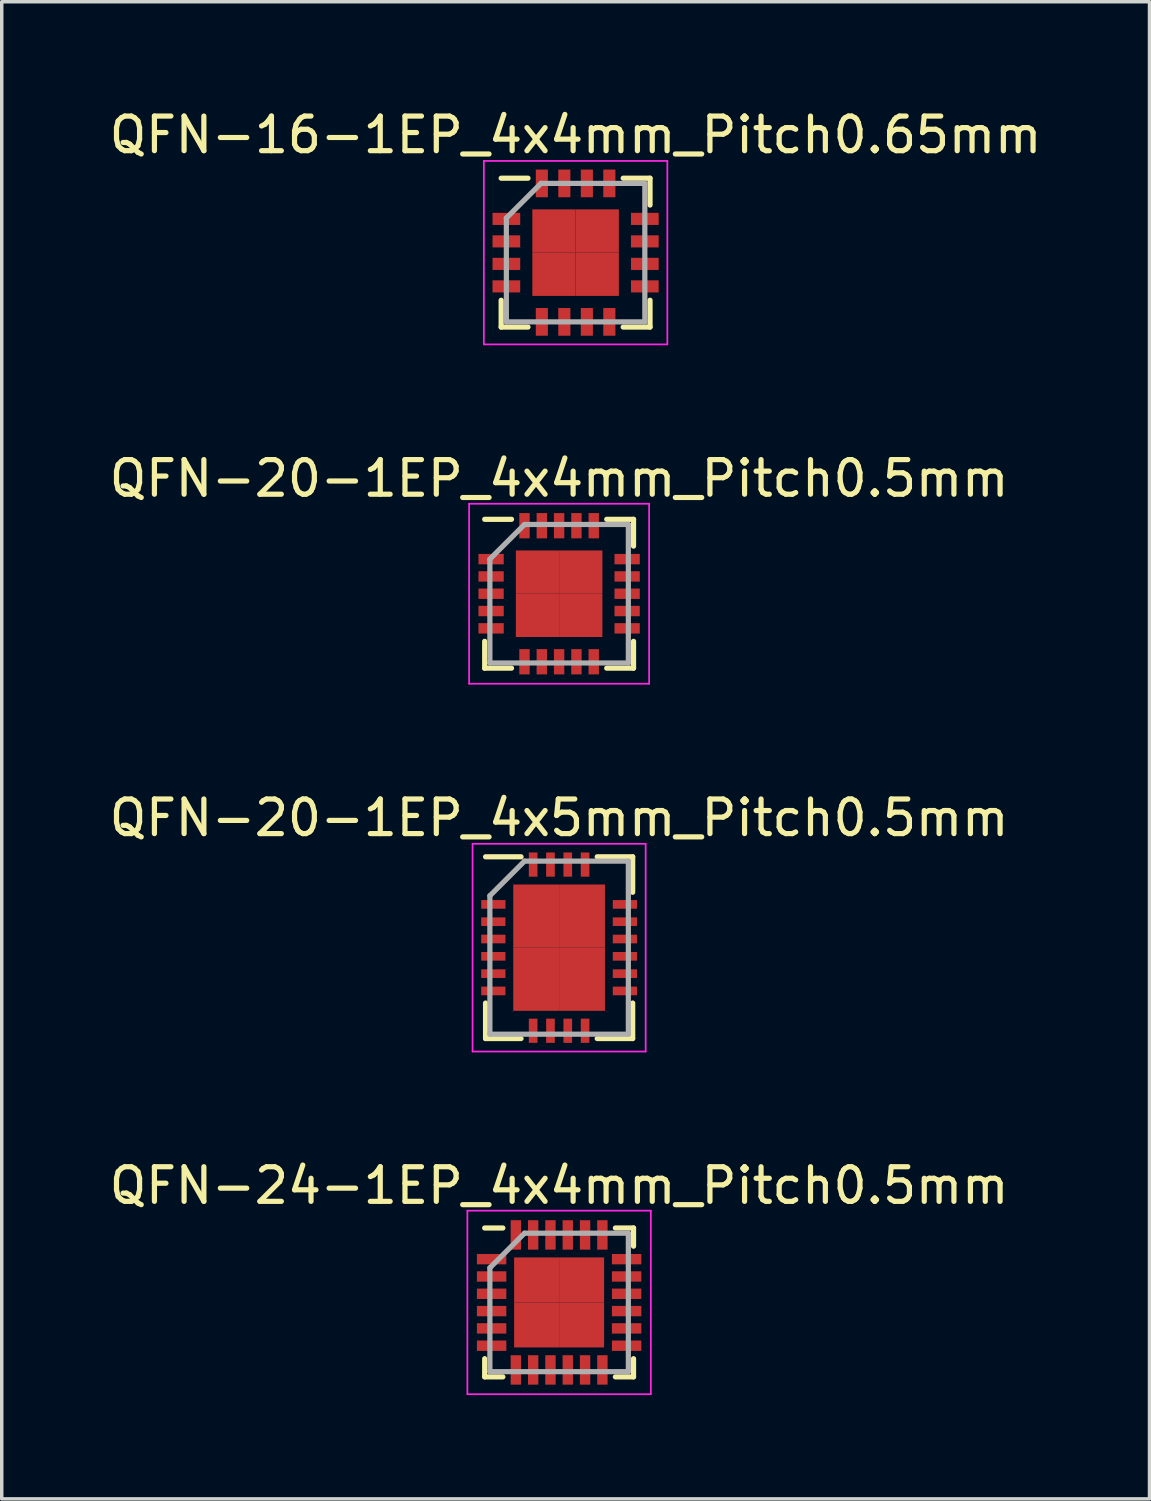
<source format=kicad_pcb>
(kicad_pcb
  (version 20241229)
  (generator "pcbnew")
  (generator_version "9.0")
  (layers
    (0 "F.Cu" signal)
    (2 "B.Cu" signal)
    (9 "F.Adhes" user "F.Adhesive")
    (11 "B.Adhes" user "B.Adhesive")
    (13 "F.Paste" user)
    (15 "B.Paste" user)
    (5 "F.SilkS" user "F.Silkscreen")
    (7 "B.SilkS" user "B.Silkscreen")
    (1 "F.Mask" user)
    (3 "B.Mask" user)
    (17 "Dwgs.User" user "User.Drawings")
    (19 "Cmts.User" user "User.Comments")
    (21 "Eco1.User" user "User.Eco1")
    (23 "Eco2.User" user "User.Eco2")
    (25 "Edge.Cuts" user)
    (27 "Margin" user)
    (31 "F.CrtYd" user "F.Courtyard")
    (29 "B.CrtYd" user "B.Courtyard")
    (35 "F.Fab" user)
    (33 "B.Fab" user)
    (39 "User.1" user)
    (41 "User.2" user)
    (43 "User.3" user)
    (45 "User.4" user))
  (footprint "QFN-24-1EP_4x4mm_Pitch0.5mm"
    (layer "F.Cu")
    (at 13.101 34.573)
    (property "Reference" "QFN-24-1EP_4x4mm_Pitch0.5mm" (at 0 -3.375 0) (layer "F.SilkS") (effects (font (size 1 1) (thickness 0.15))))
    (attr smd)
    (fp_line (start -2.15 -2.15) (end -1.625 -2.15) (stroke (width 0.15) (type solid)) (layer "F.SilkS"))
    (fp_line (start -2.15 2.15) (end -2.15 1.625) (stroke (width 0.15) (type solid)) (layer "F.SilkS"))
    (fp_line (start -2.15 2.15) (end -1.625 2.15) (stroke (width 0.15) (type solid)) (layer "F.SilkS"))
    (fp_line (start 2.15 -2.15) (end 1.625 -2.15) (stroke (width 0.15) (type solid)) (layer "F.SilkS"))
    (fp_line (start 2.15 -2.15) (end 2.15 -1.625) (stroke (width 0.15) (type solid)) (layer "F.SilkS"))
    (fp_line (start 2.15 2.15) (end 1.625 2.15) (stroke (width 0.15) (type solid)) (layer "F.SilkS"))
    (fp_line (start 2.15 2.15) (end 2.15 1.625) (stroke (width 0.15) (type solid)) (layer "F.SilkS"))
    (fp_line (start -2.65 -2.65) (end -2.65 2.65) (stroke (width 0.05) (type solid)) (layer "F.CrtYd"))
    (fp_line (start -2.65 -2.65) (end 2.65 -2.65) (stroke (width 0.05) (type solid)) (layer "F.CrtYd"))
    (fp_line (start -2.65 2.65) (end 2.65 2.65) (stroke (width 0.05) (type solid)) (layer "F.CrtYd"))
    (fp_line (start 2.65 -2.65) (end 2.65 2.65) (stroke (width 0.05) (type solid)) (layer "F.CrtYd"))
    (fp_line (start -2 -1) (end -1 -2) (stroke (width 0.15) (type solid)) (layer "F.Fab"))
    (fp_line (start -2 2) (end -2 -1) (stroke (width 0.15) (type solid)) (layer "F.Fab"))
    (fp_line (start -1 -2) (end 2 -2) (stroke (width 0.15) (type solid)) (layer "F.Fab"))
    (fp_line (start 2 -2) (end 2 2) (stroke (width 0.15) (type solid)) (layer "F.Fab"))
    (fp_line (start 2 2) (end -2 2) (stroke (width 0.15) (type solid)) (layer "F.Fab"))
    (pad "1" smd rect (at -1.95 -1.25) (size 0.85 0.3) (layers "F.Cu" "F.Mask" "F.Paste"))
    (pad "2" smd rect (at -1.95 -0.75) (size 0.85 0.3) (layers "F.Cu" "F.Mask" "F.Paste"))
    (pad "3" smd rect (at -1.95 -0.25) (size 0.85 0.3) (layers "F.Cu" "F.Mask" "F.Paste"))
    (pad "4" smd rect (at -1.95 0.25) (size 0.85 0.3) (layers "F.Cu" "F.Mask" "F.Paste"))
    (pad "5" smd rect (at -1.95 0.75) (size 0.85 0.3) (layers "F.Cu" "F.Mask" "F.Paste"))
    (pad "6" smd rect (at -1.95 1.25) (size 0.85 0.3) (layers "F.Cu" "F.Mask" "F.Paste"))
    (pad "7" smd rect (at -1.25 1.95 90) (size 0.85 0.3) (layers "F.Cu" "F.Mask" "F.Paste"))
    (pad "8" smd rect (at -0.75 1.95 90) (size 0.85 0.3) (layers "F.Cu" "F.Mask" "F.Paste"))
    (pad "9" smd rect (at -0.25 1.95 90) (size 0.85 0.3) (layers "F.Cu" "F.Mask" "F.Paste"))
    (pad "10" smd rect (at 0.25 1.95 90) (size 0.85 0.3) (layers "F.Cu" "F.Mask" "F.Paste"))
    (pad "11" smd rect (at 0.75 1.95 90) (size 0.85 0.3) (layers "F.Cu" "F.Mask" "F.Paste"))
    (pad "12" smd rect (at 1.25 1.95 90) (size 0.85 0.3) (layers "F.Cu" "F.Mask" "F.Paste"))
    (pad "13" smd rect (at 1.95 1.25) (size 0.85 0.3) (layers "F.Cu" "F.Mask" "F.Paste"))
    (pad "14" smd rect (at 1.95 0.75) (size 0.85 0.3) (layers "F.Cu" "F.Mask" "F.Paste"))
    (pad "15" smd rect (at 1.95 0.25) (size 0.85 0.3) (layers "F.Cu" "F.Mask" "F.Paste"))
    (pad "16" smd rect (at 1.95 -0.25) (size 0.85 0.3) (layers "F.Cu" "F.Mask" "F.Paste"))
    (pad "17" smd rect (at 1.95 -0.75) (size 0.85 0.3) (layers "F.Cu" "F.Mask" "F.Paste"))
    (pad "18" smd rect (at 1.95 -1.25) (size 0.85 0.3) (layers "F.Cu" "F.Mask" "F.Paste"))
    (pad "19" smd rect (at 1.25 -1.95 90) (size 0.85 0.3) (layers "F.Cu" "F.Mask" "F.Paste"))
    (pad "20" smd rect (at 0.75 -1.95 90) (size 0.85 0.3) (layers "F.Cu" "F.Mask" "F.Paste"))
    (pad "21" smd rect (at 0.25 -1.95 90) (size 0.85 0.3) (layers "F.Cu" "F.Mask" "F.Paste"))
    (pad "22" smd rect (at -0.25 -1.95 90) (size 0.85 0.3) (layers "F.Cu" "F.Mask" "F.Paste"))
    (pad "23" smd rect (at -0.75 -1.95 90) (size 0.85 0.3) (layers "F.Cu" "F.Mask" "F.Paste"))
    (pad "24" smd rect (at -1.25 -1.95 90) (size 0.85 0.3) (layers "F.Cu" "F.Mask" "F.Paste"))
    (pad "25" smd rect (at -0.65 -0.65) (size 1.3 1.3) (layers "F.Cu" "F.Mask" "F.Paste"))
    (pad "25" smd rect (at -0.65 0.65) (size 1.3 1.3) (layers "F.Cu" "F.Mask" "F.Paste"))
    (pad "25" smd rect (at 0.65 -0.65) (size 1.3 1.3) (layers "F.Cu" "F.Mask" "F.Paste"))
    (pad "25" smd rect (at 0.65 0.65) (size 1.3 1.3) (layers "F.Cu" "F.Mask" "F.Paste")))
  (footprint "QFN-16-1EP_4x4mm_Pitch0.65mm"
    (layer "F.Cu")
    (at 13.577 4.248)
    (property "Reference" "QFN-16-1EP_4x4mm_Pitch0.65mm" (at 0 -3.4 0) (layer "F.SilkS") (effects (font (size 1 1) (thickness 0.15))))
    (attr smd)
    (fp_line (start -2.15 -2.15) (end -1.375 -2.15) (stroke (width 0.15) (type solid)) (layer "F.SilkS"))
    (fp_line (start -2.15 2.15) (end -2.15 1.375) (stroke (width 0.15) (type solid)) (layer "F.SilkS"))
    (fp_line (start -2.15 2.15) (end -1.375 2.15) (stroke (width 0.15) (type solid)) (layer "F.SilkS"))
    (fp_line (start 2.15 -2.15) (end 1.375 -2.15) (stroke (width 0.15) (type solid)) (layer "F.SilkS"))
    (fp_line (start 2.15 -2.15) (end 2.15 -1.375) (stroke (width 0.15) (type solid)) (layer "F.SilkS"))
    (fp_line (start 2.15 2.15) (end 1.375 2.15) (stroke (width 0.15) (type solid)) (layer "F.SilkS"))
    (fp_line (start 2.15 2.15) (end 2.15 1.375) (stroke (width 0.15) (type solid)) (layer "F.SilkS"))
    (fp_line (start -2.65 -2.65) (end -2.65 2.65) (stroke (width 0.05) (type solid)) (layer "F.CrtYd"))
    (fp_line (start -2.65 -2.65) (end 2.65 -2.65) (stroke (width 0.05) (type solid)) (layer "F.CrtYd"))
    (fp_line (start -2.65 2.65) (end 2.65 2.65) (stroke (width 0.05) (type solid)) (layer "F.CrtYd"))
    (fp_line (start 2.65 -2.65) (end 2.65 2.65) (stroke (width 0.05) (type solid)) (layer "F.CrtYd"))
    (fp_line (start -2 -1) (end -1 -2) (stroke (width 0.15) (type solid)) (layer "F.Fab"))
    (fp_line (start -2 2) (end -2 -1) (stroke (width 0.15) (type solid)) (layer "F.Fab"))
    (fp_line (start -1 -2) (end 2 -2) (stroke (width 0.15) (type solid)) (layer "F.Fab"))
    (fp_line (start 2 -2) (end 2 2) (stroke (width 0.15) (type solid)) (layer "F.Fab"))
    (fp_line (start 2 2) (end -2 2) (stroke (width 0.15) (type solid)) (layer "F.Fab"))
    (pad "1" smd rect (at -2 -0.975) (size 0.8 0.35) (layers "F.Cu" "F.Mask" "F.Paste"))
    (pad "2" smd rect (at -2 -0.325) (size 0.8 0.35) (layers "F.Cu" "F.Mask" "F.Paste"))
    (pad "3" smd rect (at -2 0.325) (size 0.8 0.35) (layers "F.Cu" "F.Mask" "F.Paste"))
    (pad "4" smd rect (at -2 0.975) (size 0.8 0.35) (layers "F.Cu" "F.Mask" "F.Paste"))
    (pad "5" smd rect (at -0.975 2 90) (size 0.8 0.35) (layers "F.Cu" "F.Mask" "F.Paste"))
    (pad "6" smd rect (at -0.325 2 90) (size 0.8 0.35) (layers "F.Cu" "F.Mask" "F.Paste"))
    (pad "7" smd rect (at 0.325 2 90) (size 0.8 0.35) (layers "F.Cu" "F.Mask" "F.Paste"))
    (pad "8" smd rect (at 0.975 2 90) (size 0.8 0.35) (layers "F.Cu" "F.Mask" "F.Paste"))
    (pad "9" smd rect (at 2 0.975) (size 0.8 0.35) (layers "F.Cu" "F.Mask" "F.Paste"))
    (pad "10" smd rect (at 2 0.325) (size 0.8 0.35) (layers "F.Cu" "F.Mask" "F.Paste"))
    (pad "11" smd rect (at 2 -0.325) (size 0.8 0.35) (layers "F.Cu" "F.Mask" "F.Paste"))
    (pad "12" smd rect (at 2 -0.975) (size 0.8 0.35) (layers "F.Cu" "F.Mask" "F.Paste"))
    (pad "13" smd rect (at 0.975 -2 90) (size 0.8 0.35) (layers "F.Cu" "F.Mask" "F.Paste"))
    (pad "14" smd rect (at 0.325 -2 90) (size 0.8 0.35) (layers "F.Cu" "F.Mask" "F.Paste"))
    (pad "15" smd rect (at -0.325 -2 90) (size 0.8 0.35) (layers "F.Cu" "F.Mask" "F.Paste"))
    (pad "16" smd rect (at -0.975 -2 90) (size 0.8 0.35) (layers "F.Cu" "F.Mask" "F.Paste"))
    (pad "17" smd rect (at -0.625 -0.625) (size 1.25 1.25) (layers "F.Cu" "F.Mask" "F.Paste"))
    (pad "17" smd rect (at -0.625 0.625) (size 1.25 1.25) (layers "F.Cu" "F.Mask" "F.Paste"))
    (pad "17" smd rect (at 0.625 -0.625) (size 1.25 1.25) (layers "F.Cu" "F.Mask" "F.Paste"))
    (pad "17" smd rect (at 0.625 0.625) (size 1.25 1.25) (layers "F.Cu" "F.Mask" "F.Paste")))
  (footprint "QFN-20-1EP_4x5mm_Pitch0.5mm"
    (layer "F.Cu")
    (at 13.101 24.325)
    (property "Reference" "QFN-20-1EP_4x5mm_Pitch0.5mm" (at 0 -3.75 0) (layer "F.SilkS") (effects (font (size 1 1) (thickness 0.15))))
    (attr smd)
    (fp_line (start -2.125 -2.625) (end -1.1 -2.625) (stroke (width 0.15) (type solid)) (layer "F.SilkS"))
    (fp_line (start -2.125 2.625) (end -2.125 1.6) (stroke (width 0.15) (type solid)) (layer "F.SilkS"))
    (fp_line (start -2.125 2.625) (end -1.1 2.625) (stroke (width 0.15) (type solid)) (layer "F.SilkS"))
    (fp_line (start 2.125 -2.625) (end 1.1 -2.625) (stroke (width 0.15) (type solid)) (layer "F.SilkS"))
    (fp_line (start 2.125 -2.625) (end 2.125 -1.6) (stroke (width 0.15) (type solid)) (layer "F.SilkS"))
    (fp_line (start 2.125 2.625) (end 1.1 2.625) (stroke (width 0.15) (type solid)) (layer "F.SilkS"))
    (fp_line (start 2.125 2.625) (end 2.125 1.6) (stroke (width 0.15) (type solid)) (layer "F.SilkS"))
    (fp_line (start -2.5 -3) (end -2.5 3) (stroke (width 0.05) (type solid)) (layer "F.CrtYd"))
    (fp_line (start -2.5 -3) (end 2.5 -3) (stroke (width 0.05) (type solid)) (layer "F.CrtYd"))
    (fp_line (start -2.5 3) (end 2.5 3) (stroke (width 0.05) (type solid)) (layer "F.CrtYd"))
    (fp_line (start 2.5 -3) (end 2.5 3) (stroke (width 0.05) (type solid)) (layer "F.CrtYd"))
    (fp_line (start -2 -1.5) (end -1 -2.5) (stroke (width 0.15) (type solid)) (layer "F.Fab"))
    (fp_line (start -2 2.5) (end -2 -1.5) (stroke (width 0.15) (type solid)) (layer "F.Fab"))
    (fp_line (start -1 -2.5) (end 2 -2.5) (stroke (width 0.15) (type solid)) (layer "F.Fab"))
    (fp_line (start 2 -2.5) (end 2 2.5) (stroke (width 0.15) (type solid)) (layer "F.Fab"))
    (fp_line (start 2 2.5) (end -2 2.5) (stroke (width 0.15) (type solid)) (layer "F.Fab"))
    (pad "1" smd rect (at -1.9 -1.25) (size 0.7 0.25) (layers "F.Cu" "F.Mask" "F.Paste"))
    (pad "2" smd rect (at -1.9 -0.75) (size 0.7 0.25) (layers "F.Cu" "F.Mask" "F.Paste"))
    (pad "3" smd rect (at -1.9 -0.25) (size 0.7 0.25) (layers "F.Cu" "F.Mask" "F.Paste"))
    (pad "4" smd rect (at -1.9 0.25) (size 0.7 0.25) (layers "F.Cu" "F.Mask" "F.Paste"))
    (pad "5" smd rect (at -1.9 0.75) (size 0.7 0.25) (layers "F.Cu" "F.Mask" "F.Paste"))
    (pad "6" smd rect (at -1.9 1.25) (size 0.7 0.25) (layers "F.Cu" "F.Mask" "F.Paste"))
    (pad "7" smd rect (at -0.75 2.4 90) (size 0.7 0.25) (layers "F.Cu" "F.Mask" "F.Paste"))
    (pad "8" smd rect (at -0.25 2.4 90) (size 0.7 0.25) (layers "F.Cu" "F.Mask" "F.Paste"))
    (pad "9" smd rect (at 0.25 2.4 90) (size 0.7 0.25) (layers "F.Cu" "F.Mask" "F.Paste"))
    (pad "10" smd rect (at 0.75 2.4 90) (size 0.7 0.25) (layers "F.Cu" "F.Mask" "F.Paste"))
    (pad "11" smd rect (at 1.9 1.25) (size 0.7 0.25) (layers "F.Cu" "F.Mask" "F.Paste"))
    (pad "12" smd rect (at 1.9 0.75) (size 0.7 0.25) (layers "F.Cu" "F.Mask" "F.Paste"))
    (pad "13" smd rect (at 1.9 0.25) (size 0.7 0.25) (layers "F.Cu" "F.Mask" "F.Paste"))
    (pad "14" smd rect (at 1.9 -0.25) (size 0.7 0.25) (layers "F.Cu" "F.Mask" "F.Paste"))
    (pad "15" smd rect (at 1.9 -0.75) (size 0.7 0.25) (layers "F.Cu" "F.Mask" "F.Paste"))
    (pad "16" smd rect (at 1.9 -1.25) (size 0.7 0.25) (layers "F.Cu" "F.Mask" "F.Paste"))
    (pad "17" smd rect (at 0.75 -2.4 90) (size 0.7 0.25) (layers "F.Cu" "F.Mask" "F.Paste"))
    (pad "18" smd rect (at 0.25 -2.4 90) (size 0.7 0.25) (layers "F.Cu" "F.Mask" "F.Paste"))
    (pad "19" smd rect (at -0.25 -2.4 90) (size 0.7 0.25) (layers "F.Cu" "F.Mask" "F.Paste"))
    (pad "20" smd rect (at -0.75 -2.4 90) (size 0.7 0.25) (layers "F.Cu" "F.Mask" "F.Paste"))
    (pad "21" smd rect (at -0.662 -0.912) (size 1.325 1.825) (layers "F.Cu" "F.Mask" "F.Paste"))
    (pad "21" smd rect (at -0.662 0.912) (size 1.325 1.825) (layers "F.Cu" "F.Mask" "F.Paste"))
    (pad "21" smd rect (at 0.662 -0.912) (size 1.325 1.825) (layers "F.Cu" "F.Mask" "F.Paste"))
    (pad "21" smd rect (at 0.662 0.912) (size 1.325 1.825) (layers "F.Cu" "F.Mask" "F.Paste")))
  (footprint "QFN-20-1EP_4x4mm_Pitch0.5mm"
    (layer "F.Cu")
    (at 13.101 14.101)
    (property "Reference" "QFN-20-1EP_4x4mm_Pitch0.5mm" (at 0 -3.33 0) (layer "F.SilkS") (effects (font (size 1 1) (thickness 0.15))))
    (attr smd)
    (fp_line (start -2.15 -2.15) (end -1.375 -2.15) (stroke (width 0.15) (type solid)) (layer "F.SilkS"))
    (fp_line (start -2.15 2.15) (end -2.15 1.375) (stroke (width 0.15) (type solid)) (layer "F.SilkS"))
    (fp_line (start -2.15 2.15) (end -1.375 2.15) (stroke (width 0.15) (type solid)) (layer "F.SilkS"))
    (fp_line (start 2.15 -2.15) (end 1.375 -2.15) (stroke (width 0.15) (type solid)) (layer "F.SilkS"))
    (fp_line (start 2.15 -2.15) (end 2.15 -1.375) (stroke (width 0.15) (type solid)) (layer "F.SilkS"))
    (fp_line (start 2.15 2.15) (end 1.375 2.15) (stroke (width 0.15) (type solid)) (layer "F.SilkS"))
    (fp_line (start 2.15 2.15) (end 2.15 1.375) (stroke (width 0.15) (type solid)) (layer "F.SilkS"))
    (fp_line (start -2.6 -2.6) (end -2.6 2.6) (stroke (width 0.05) (type solid)) (layer "F.CrtYd"))
    (fp_line (start -2.6 -2.6) (end 2.6 -2.6) (stroke (width 0.05) (type solid)) (layer "F.CrtYd"))
    (fp_line (start -2.6 2.6) (end 2.6 2.6) (stroke (width 0.05) (type solid)) (layer "F.CrtYd"))
    (fp_line (start 2.6 -2.6) (end 2.6 2.6) (stroke (width 0.05) (type solid)) (layer "F.CrtYd"))
    (fp_line (start -2 -1) (end -1 -2) (stroke (width 0.15) (type solid)) (layer "F.Fab"))
    (fp_line (start -2 2) (end -2 -1) (stroke (width 0.15) (type solid)) (layer "F.Fab"))
    (fp_line (start -1 -2) (end 2 -2) (stroke (width 0.15) (type solid)) (layer "F.Fab"))
    (fp_line (start 2 -2) (end 2 2) (stroke (width 0.15) (type solid)) (layer "F.Fab"))
    (fp_line (start 2 2) (end -2 2) (stroke (width 0.15) (type solid)) (layer "F.Fab"))
    (pad "1" smd rect (at -1.965 -1) (size 0.73 0.3) (layers "F.Cu" "F.Mask" "F.Paste"))
    (pad "2" smd rect (at -1.965 -0.5) (size 0.73 0.3) (layers "F.Cu" "F.Mask" "F.Paste"))
    (pad "3" smd rect (at -1.965 0) (size 0.73 0.3) (layers "F.Cu" "F.Mask" "F.Paste"))
    (pad "4" smd rect (at -1.965 0.5) (size 0.73 0.3) (layers "F.Cu" "F.Mask" "F.Paste"))
    (pad "5" smd rect (at -1.965 1) (size 0.73 0.3) (layers "F.Cu" "F.Mask" "F.Paste"))
    (pad "6" smd rect (at -1 1.965 90) (size 0.73 0.3) (layers "F.Cu" "F.Mask" "F.Paste"))
    (pad "7" smd rect (at -0.5 1.965 90) (size 0.73 0.3) (layers "F.Cu" "F.Mask" "F.Paste"))
    (pad "8" smd rect (at 0 1.965 90) (size 0.73 0.3) (layers "F.Cu" "F.Mask" "F.Paste"))
    (pad "9" smd rect (at 0.5 1.965 90) (size 0.73 0.3) (layers "F.Cu" "F.Mask" "F.Paste"))
    (pad "10" smd rect (at 1 1.965 90) (size 0.73 0.3) (layers "F.Cu" "F.Mask" "F.Paste"))
    (pad "11" smd rect (at 1.965 1) (size 0.73 0.3) (layers "F.Cu" "F.Mask" "F.Paste"))
    (pad "12" smd rect (at 1.965 0.5) (size 0.73 0.3) (layers "F.Cu" "F.Mask" "F.Paste"))
    (pad "13" smd rect (at 1.965 0) (size 0.73 0.3) (layers "F.Cu" "F.Mask" "F.Paste"))
    (pad "14" smd rect (at 1.965 -0.5) (size 0.73 0.3) (layers "F.Cu" "F.Mask" "F.Paste"))
    (pad "15" smd rect (at 1.965 -1) (size 0.73 0.3) (layers "F.Cu" "F.Mask" "F.Paste"))
    (pad "16" smd rect (at 1 -1.965 90) (size 0.73 0.3) (layers "F.Cu" "F.Mask" "F.Paste"))
    (pad "17" smd rect (at 0.5 -1.965 90) (size 0.73 0.3) (layers "F.Cu" "F.Mask" "F.Paste"))
    (pad "18" smd rect (at 0 -1.965 90) (size 0.73 0.3) (layers "F.Cu" "F.Mask" "F.Paste"))
    (pad "19" smd rect (at -0.5 -1.965 90) (size 0.73 0.3) (layers "F.Cu" "F.Mask" "F.Paste"))
    (pad "20" smd rect (at -1 -1.965 90) (size 0.73 0.3) (layers "F.Cu" "F.Mask" "F.Paste"))
    (pad "21" smd rect (at -0.625 -0.625) (size 1.25 1.25) (layers "F.Cu" "F.Mask" "F.Paste"))
    (pad "21" smd rect (at -0.625 0.625) (size 1.25 1.25) (layers "F.Cu" "F.Mask" "F.Paste"))
    (pad "21" smd rect (at 0.625 -0.625) (size 1.25 1.25) (layers "F.Cu" "F.Mask" "F.Paste"))
    (pad "21" smd rect (at 0.625 0.625) (size 1.25 1.25) (layers "F.Cu" "F.Mask" "F.Paste")))
  (gr_rect
    (start -3 -3)
    (end 30.155 40.248)
    (stroke (width 0.1) (type default))
    (fill no)
    (layer "Edge.Cuts")))
</source>
